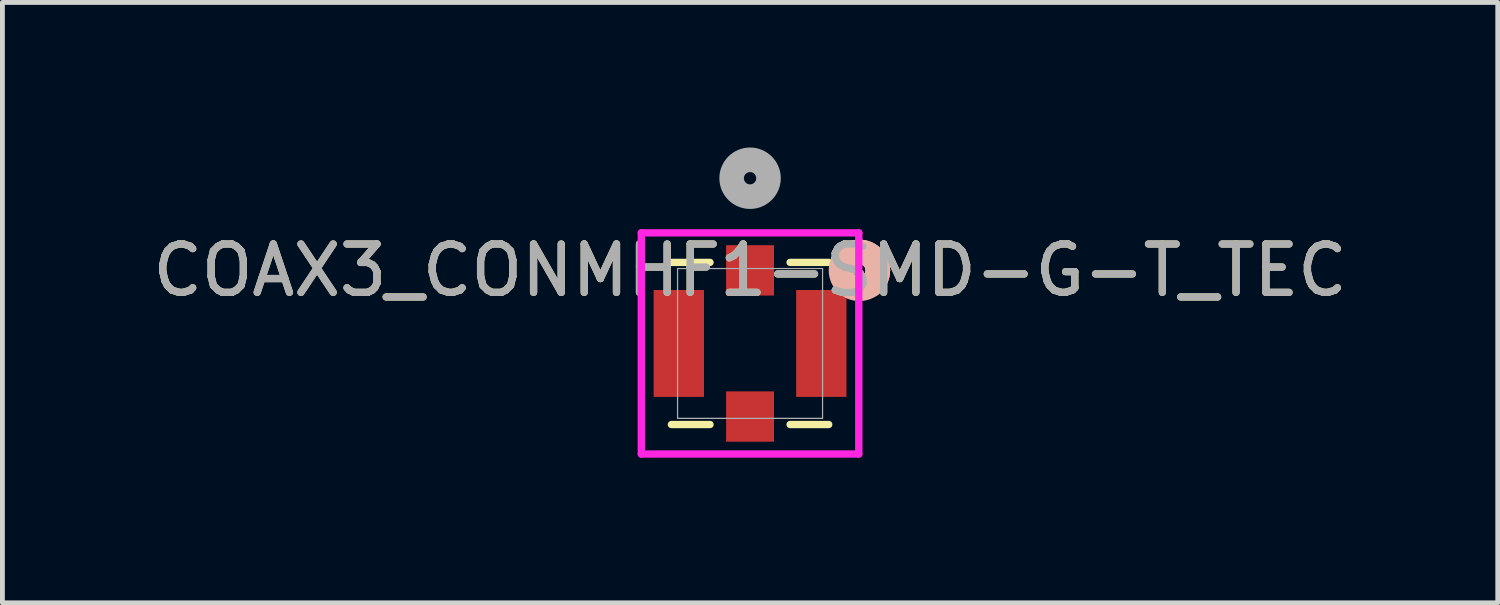
<source format=kicad_pcb>
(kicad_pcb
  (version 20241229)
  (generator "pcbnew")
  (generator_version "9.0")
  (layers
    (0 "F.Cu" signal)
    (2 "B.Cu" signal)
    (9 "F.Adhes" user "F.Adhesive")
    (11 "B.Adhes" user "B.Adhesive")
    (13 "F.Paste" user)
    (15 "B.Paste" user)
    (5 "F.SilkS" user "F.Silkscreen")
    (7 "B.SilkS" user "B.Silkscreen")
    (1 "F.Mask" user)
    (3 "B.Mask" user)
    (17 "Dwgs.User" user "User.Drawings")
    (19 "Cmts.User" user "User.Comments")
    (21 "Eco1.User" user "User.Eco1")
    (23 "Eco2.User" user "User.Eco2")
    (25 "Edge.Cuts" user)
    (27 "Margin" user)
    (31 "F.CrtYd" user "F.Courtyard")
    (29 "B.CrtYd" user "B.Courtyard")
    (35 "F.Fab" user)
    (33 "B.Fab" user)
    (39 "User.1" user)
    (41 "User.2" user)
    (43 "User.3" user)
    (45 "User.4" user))
  (footprint "COAX3_CONMHF1-SMD-G-T_TEC"
    (layer "F.Cu")
    (at 12.458 4.051)
    (property "Reference" "COAX3_CONMHF1-SMD-G-T_TEC" (at 0 -1.511 0) (unlocked yes) (layer "F.SilkS") (effects (font (size 1 1) (thickness 0.15))))
    (attr smd)
    (fp_line (start -1.626 1.676) (end -0.828 1.676) (stroke (width 0.152) (type solid)) (layer "F.SilkS"))
    (fp_line (start -0.828 -1.676) (end -1.626 -1.676) (stroke (width 0.152) (type solid)) (layer "F.SilkS"))
    (fp_line (start 0.828 1.676) (end 1.626 1.676) (stroke (width 0.152) (type solid)) (layer "F.SilkS"))
    (fp_line (start 1.626 -1.676) (end 0.828 -1.676) (stroke (width 0.152) (type solid)) (layer "F.SilkS"))
    (fp_arc (start 1.894109 -1.61544) (mid 2.313173 -1.888655) (end 2.6416 -1.5113) (stroke (width 0.508) (type solid)) (layer "F.SilkS"))
    (fp_arc (start 2.6416 -1.5113) (mid 2.602589 -1.343358) (end 2.493545 -1.209808) (stroke (width 0.508) (type solid)) (layer "F.SilkS"))
    (fp_circle (center 2.261 -1.511) (end 2.642 -1.511) (stroke (width 0.508) (type solid)) (fill no) (layer "B.SilkS"))
    (fp_line (start -2.248 -2.286) (end -2.248 2.286) (stroke (width 0.152) (type solid)) (layer "F.CrtYd"))
    (fp_line (start -2.248 2.286) (end 2.248 2.286) (stroke (width 0.152) (type solid)) (layer "F.CrtYd"))
    (fp_line (start 2.248 -2.286) (end -2.248 -2.286) (stroke (width 0.152) (type solid)) (layer "F.CrtYd"))
    (fp_line (start 2.248 2.286) (end 2.248 -2.286) (stroke (width 0.152) (type solid)) (layer "F.CrtYd"))
    (fp_line (start -1.499 -1.549) (end -1.499 1.549) (stroke (width 0.025) (type solid)) (layer "F.Fab"))
    (fp_line (start -1.499 1.549) (end 1.499 1.549) (stroke (width 0.025) (type solid)) (layer "F.Fab"))
    (fp_line (start 1.499 -1.549) (end -1.499 -1.549) (stroke (width 0.025) (type solid)) (layer "F.Fab"))
    (fp_line (start 1.499 1.549) (end 1.499 -1.549) (stroke (width 0.025) (type solid)) (layer "F.Fab"))
    (fp_circle (center 0 -3.416) (end 0.381 -3.416) (stroke (width 0.508) (type solid)) (fill no) (layer "F.Fab"))
    (fp_text user "${REFERENCE}" (at 0 -1.511 0) (unlocked yes) (layer "F.Fab") (effects (font (size 1 1) (thickness 0.15))))
    (pad "1" smd rect (at 0 -1.511) (size 0.991 1.041) (layers "F.Cu" "F.Mask" "F.Paste"))
    (pad "2" smd rect (at -1.473 0) (size 1.041 2.21) (layers "F.Cu" "F.Mask" "F.Paste"))
    (pad "3" smd rect (at 1.473 0) (size 1.041 2.21) (layers "F.Cu" "F.Mask" "F.Paste"))
    (pad "4" smd rect (at 0 1.511) (size 0.991 1.041) (layers "F.Cu" "F.Mask" "F.Paste")))
  (gr_rect
    (start -3 -3)
    (end 27.917 9.414)
    (stroke (width 0.1) (type default))
    (fill no)
    (layer "Edge.Cuts")))
</source>
